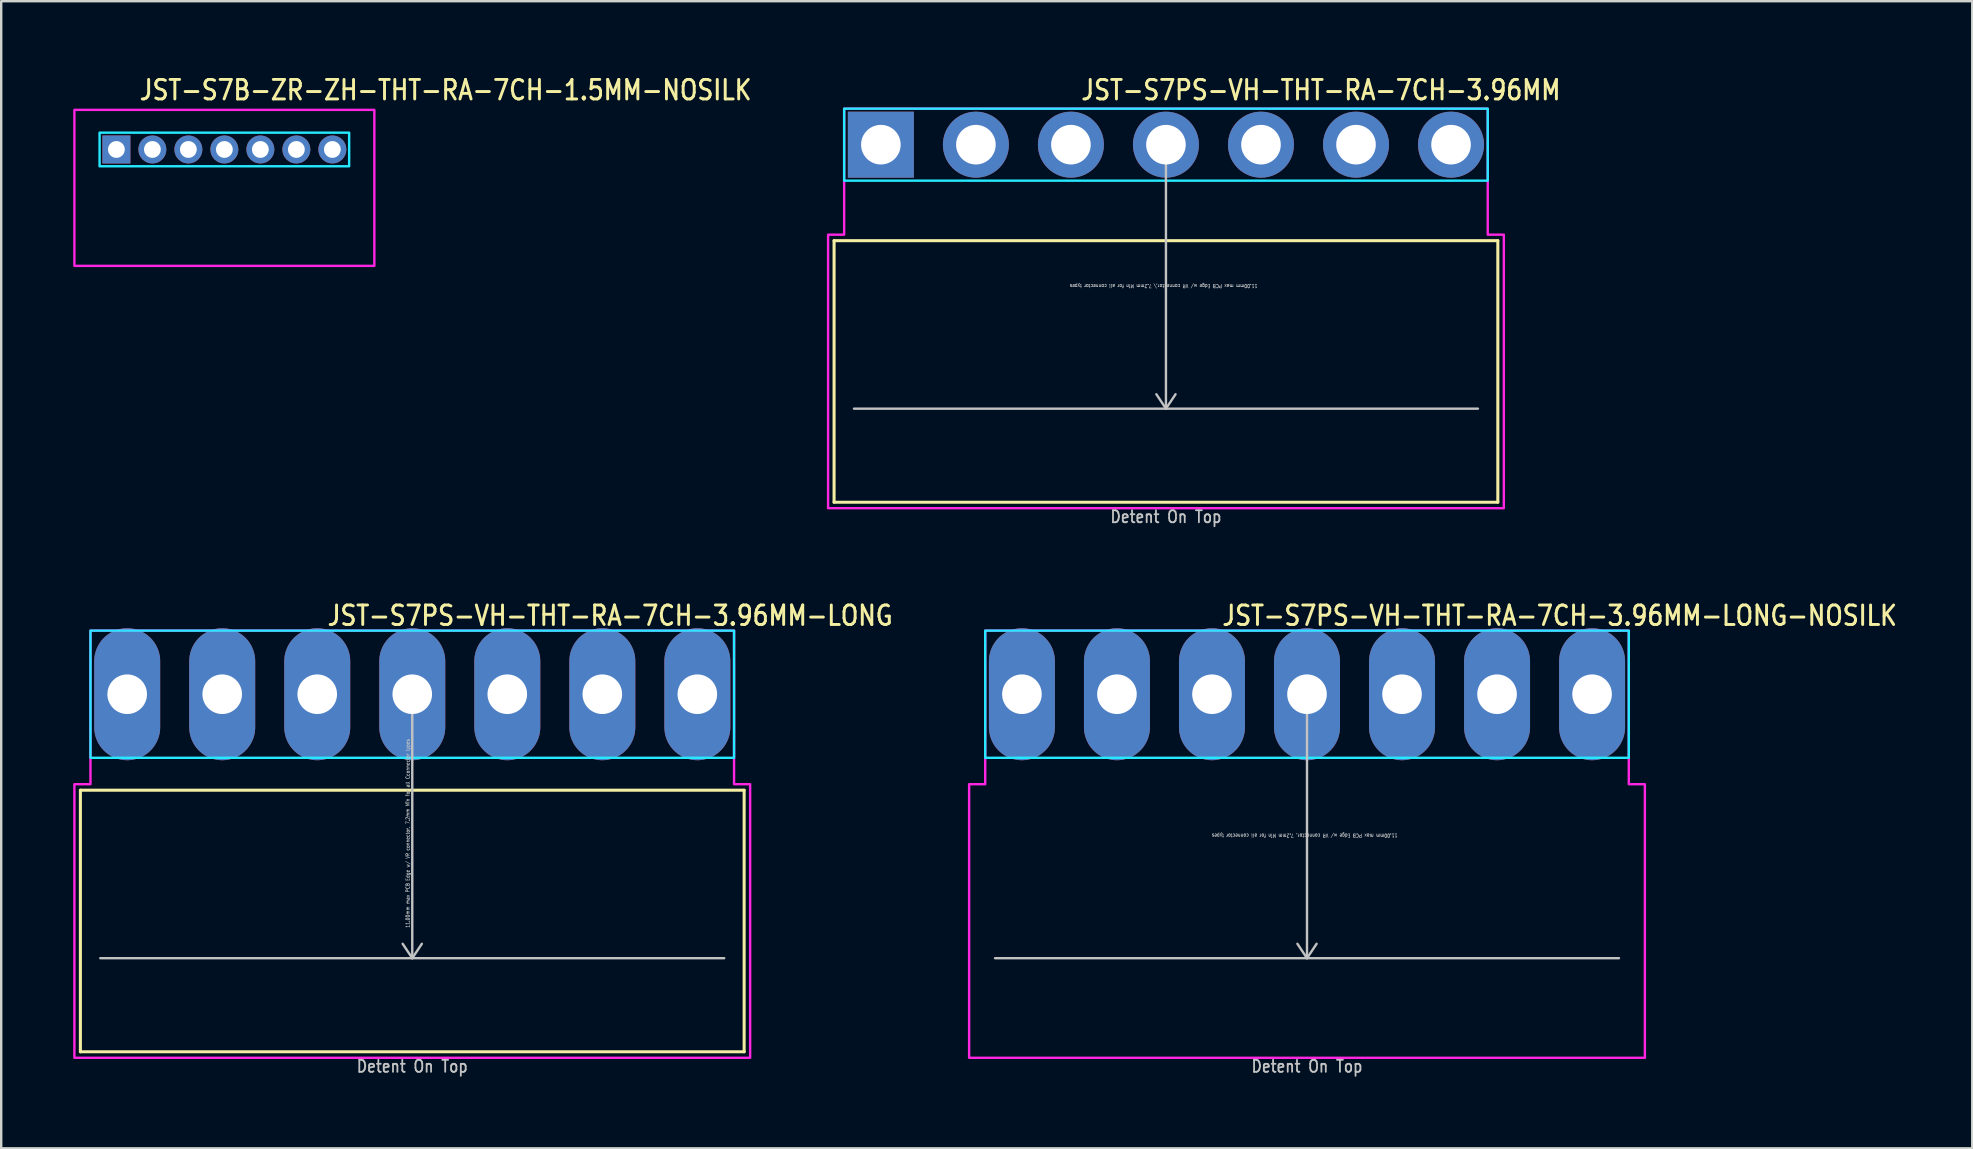
<source format=kicad_pcb>
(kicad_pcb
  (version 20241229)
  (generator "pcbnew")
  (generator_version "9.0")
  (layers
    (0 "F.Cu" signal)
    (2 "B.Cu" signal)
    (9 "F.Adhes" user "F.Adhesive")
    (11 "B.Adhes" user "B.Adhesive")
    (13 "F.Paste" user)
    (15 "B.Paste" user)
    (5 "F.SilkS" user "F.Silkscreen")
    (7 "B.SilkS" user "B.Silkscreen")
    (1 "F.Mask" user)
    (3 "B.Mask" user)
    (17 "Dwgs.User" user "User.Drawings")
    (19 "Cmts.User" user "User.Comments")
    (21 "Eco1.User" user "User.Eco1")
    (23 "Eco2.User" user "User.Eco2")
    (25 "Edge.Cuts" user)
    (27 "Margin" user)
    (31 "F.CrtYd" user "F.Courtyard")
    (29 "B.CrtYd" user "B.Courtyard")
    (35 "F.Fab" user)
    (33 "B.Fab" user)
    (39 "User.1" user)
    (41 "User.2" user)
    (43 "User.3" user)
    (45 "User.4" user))
  (footprint "JST-S7PS-VH-THT-RA-7CH-3.96MM"
    (layer "F.Cu")
    (at 45.538 2.979)
    (property "Reference" "JST-S7PS-VH-THT-RA-7CH-3.96MM" (at -3.6 -1.8 0) (unlocked yes) (layer "F.SilkS") (effects (font (size 0.813 0.695) (thickness 0.122)) (justify left bottom)))
    (fp_line (start -13.83 4) (end 13.83 4) (stroke (width 0.127) (type solid)) (layer "F.SilkS"))
    (fp_line (start -13.83 14.9) (end -13.83 4) (stroke (width 0.127) (type solid)) (layer "F.SilkS"))
    (fp_line (start -13.83 14.9) (end 13.83 14.9) (stroke (width 0.127) (type solid)) (layer "F.SilkS"))
    (fp_line (start 13.83 4) (end 13.83 14.9) (stroke (width 0.127) (type solid)) (layer "F.SilkS"))
    (fp_line (start -13 11) (end 13 11) (stroke (width 0.1) (type solid)) (layer "Dwgs.User"))
    (fp_line (start 0 0) (end -0.4 0.6) (stroke (width 0.1) (type solid)) (layer "Dwgs.User"))
    (fp_line (start 0 0) (end 0 11) (stroke (width 0.1) (type solid)) (layer "Dwgs.User"))
    (fp_line (start 0 0) (end 0.4 0.6) (stroke (width 0.1) (type solid)) (layer "Dwgs.User"))
    (fp_line (start 0 11) (end -0.4 10.4) (stroke (width 0.1) (type solid)) (layer "Dwgs.User"))
    (fp_line (start 0 11) (end 0.4 10.4) (stroke (width 0.1) (type solid)) (layer "Dwgs.User"))
    (fp_poly (pts (xy -13.41 -1.5) (xy -13.41 1.5) (xy 13.41 1.5) (xy 13.41 -1.5)) (stroke (width 0.1) (type solid)) (fill no) (layer "B.CrtYd"))
    (fp_poly (pts (xy -14.08 3.75) (xy -14.08 15.15) (xy 14.08 15.15) (xy 14.08 3.75) (xy 13.41 3.75) (xy 13.41 -1.5) (xy -13.41 -1.5) (xy -13.41 3.75)) (stroke (width 0.1) (type solid)) (fill no) (layer "F.CrtYd"))
    (fp_text user "Detent On Top" (at 0 15.8 0) (unlocked yes) (layer "Dwgs.User") (effects (font (size 0.5 0.427) (thickness 0.075)) (justify bottom)))
    (fp_text user "11.00mm max PCB Edge w/ VR connector,\\ 7.2mm Min for all connector types" (at -0.1 5.8 180) (unlocked yes) (layer "Dwgs.User") (effects (font (size 0.15 0.128) (thickness 0.022)) (justify bottom)))
    (pad "1" thru_hole rect (at -11.88 0) (size 2.75 2.75) (drill 1.65) (layers "*.Cu" "*.Mask"))
    (pad "2" thru_hole oval (at -7.92 0) (size 2.75 2.75) (drill 1.65) (layers "*.Cu" "*.Mask"))
    (pad "3" thru_hole oval (at -3.96 0) (size 2.75 2.75) (drill 1.65) (layers "*.Cu" "*.Mask"))
    (pad "4" thru_hole oval (at 0 0) (size 2.75 2.75) (drill 1.65) (layers "*.Cu" "*.Mask"))
    (pad "5" thru_hole oval (at 3.96 0) (size 2.75 2.75) (drill 1.65) (layers "*.Cu" "*.Mask"))
    (pad "6" thru_hole oval (at 7.92 0) (size 2.75 2.75) (drill 1.65) (layers "*.Cu" "*.Mask"))
    (pad "7" thru_hole oval (at 11.88 0) (size 2.75 2.75) (drill 1.65) (layers "*.Cu" "*.Mask")))
  (footprint "JST-S7B-ZR-ZH-THT-RA-7CH-1.5MM-NOSILK"
    (layer "F.Cu")
    (at 6.3 3.179)
    (property "Reference" "JST-S7B-ZR-ZH-THT-RA-7CH-1.5MM-NOSILK" (at -3.6 -2 0) (unlocked yes) (layer "F.SilkS") (effects (font (size 0.813 0.695) (thickness 0.122)) (justify left bottom)))
    (fp_poly (pts (xy -5.2 -0.7) (xy -5.2 0.7) (xy 5.2 0.7) (xy 5.2 -0.7)) (stroke (width 0.1) (type solid)) (fill no) (layer "B.CrtYd"))
    (fp_poly (pts (xy -6.25 -1.65) (xy -6.25 4.85) (xy 6.25 4.85) (xy 6.25 -1.65)) (stroke (width 0.1) (type solid)) (fill no) (layer "F.CrtYd"))
    (pad "1" thru_hole rect (at -4.5 0) (size 1.167 1.167) (drill 0.7) (layers "*.Cu" "*.Mask"))
    (pad "2" thru_hole oval (at -3 0) (size 1.167 1.167) (drill 0.7) (layers "*.Cu" "*.Mask"))
    (pad "3" thru_hole oval (at -1.5 0) (size 1.167 1.167) (drill 0.7) (layers "*.Cu" "*.Mask"))
    (pad "4" thru_hole oval (at 0 0) (size 1.167 1.167) (drill 0.7) (layers "*.Cu" "*.Mask"))
    (pad "5" thru_hole oval (at 1.5 0) (size 1.167 1.167) (drill 0.7) (layers "*.Cu" "*.Mask"))
    (pad "6" thru_hole oval (at 3 0) (size 1.167 1.167) (drill 0.7) (layers "*.Cu" "*.Mask"))
    (pad "7" thru_hole oval (at 4.5 0) (size 1.167 1.167) (drill 0.7) (layers "*.Cu" "*.Mask")))
  (footprint "JST-S7PS-VH-THT-RA-7CH-3.96MM-LONG"
    (layer "F.Cu")
    (at 14.13 25.88)
    (property "Reference" "JST-S7PS-VH-THT-RA-7CH-3.96MM-LONG" (at -3.6 -2.8 0) (unlocked yes) (layer "F.SilkS") (effects (font (size 0.813 0.695) (thickness 0.122)) (justify left bottom)))
    (fp_line (start -13.83 4) (end 13.83 4) (stroke (width 0.127) (type solid)) (layer "F.SilkS"))
    (fp_line (start -13.83 14.9) (end -13.83 4) (stroke (width 0.127) (type solid)) (layer "F.SilkS"))
    (fp_line (start -13.83 14.9) (end 13.83 14.9) (stroke (width 0.127) (type solid)) (layer "F.SilkS"))
    (fp_line (start 13.83 4) (end 13.83 14.9) (stroke (width 0.127) (type solid)) (layer "F.SilkS"))
    (fp_line (start -13 11) (end 13 11) (stroke (width 0.1) (type solid)) (layer "Dwgs.User"))
    (fp_line (start 0 0) (end -0.4 0.6) (stroke (width 0.1) (type solid)) (layer "Dwgs.User"))
    (fp_line (start 0 0) (end 0 11) (stroke (width 0.1) (type solid)) (layer "Dwgs.User"))
    (fp_line (start 0 0) (end 0.4 0.6) (stroke (width 0.1) (type solid)) (layer "Dwgs.User"))
    (fp_line (start 0 11) (end -0.4 10.4) (stroke (width 0.1) (type solid)) (layer "Dwgs.User"))
    (fp_line (start 0 11) (end 0.4 10.4) (stroke (width 0.1) (type solid)) (layer "Dwgs.User"))
    (fp_poly (pts (xy -13.41 -2.65) (xy -13.41 2.65) (xy 13.41 2.65) (xy 13.41 -2.65)) (stroke (width 0.1) (type solid)) (fill no) (layer "B.CrtYd"))
    (fp_poly (pts (xy -14.08 3.75) (xy -14.08 15.15) (xy 14.08 15.15) (xy 14.08 3.75) (xy 13.41 3.75) (xy 13.41 -2.65) (xy -13.41 -2.65) (xy -13.41 3.75)) (stroke (width 0.1) (type solid)) (fill no) (layer "F.CrtYd"))
    (fp_text user "11.00mm max PCB Edge w/ VR connector, 7.2mm Min for all Cconnector types" (at -0.1 5.8 90) (unlocked yes) (layer "Dwgs.User") (effects (font (size 0.15 0.128) (thickness 0.022)) (justify bottom)))
    (fp_text user "Detent On Top" (at 0 15.8 0) (unlocked yes) (layer "Dwgs.User") (effects (font (size 0.5 0.427) (thickness 0.075)) (justify bottom)))
    (pad "P$1" thru_hole oval (at -11.88 0 90) (size 5.5 2.75) (drill 1.65) (layers "*.Cu" "*.Mask"))
    (pad "P$2" thru_hole oval (at -7.92 0 90) (size 5.5 2.75) (drill 1.65) (layers "*.Cu" "*.Mask"))
    (pad "P$3" thru_hole oval (at -3.96 0 90) (size 5.5 2.75) (drill 1.65) (layers "*.Cu" "*.Mask"))
    (pad "P$4" thru_hole oval (at 0 0 90) (size 5.5 2.75) (drill 1.65) (layers "*.Cu" "*.Mask"))
    (pad "P$5" thru_hole oval (at 3.96 0 90) (size 5.5 2.75) (drill 1.65) (layers "*.Cu" "*.Mask"))
    (pad "P$6" thru_hole oval (at 7.92 0 90) (size 5.5 2.75) (drill 1.65) (layers "*.Cu" "*.Mask"))
    (pad "P$7" thru_hole oval (at 11.88 0 90) (size 5.5 2.75) (drill 1.65) (layers "*.Cu" "*.Mask")))
  (footprint "JST-S7PS-VH-THT-RA-7CH-3.96MM-LONG-NOSILK"
    (layer "F.Cu")
    (at 51.416 25.88)
    (property "Reference" "JST-S7PS-VH-THT-RA-7CH-3.96MM-LONG-NOSILK" (at -3.6 -2.8 0) (unlocked yes) (layer "F.SilkS") (effects (font (size 0.813 0.695) (thickness 0.122)) (justify left bottom)))
    (fp_line (start -13 11) (end 13 11) (stroke (width 0.1) (type solid)) (layer "Dwgs.User"))
    (fp_line (start 0 0) (end -0.4 0.6) (stroke (width 0.1) (type solid)) (layer "Dwgs.User"))
    (fp_line (start 0 0) (end 0 11) (stroke (width 0.1) (type solid)) (layer "Dwgs.User"))
    (fp_line (start 0 0) (end 0.4 0.6) (stroke (width 0.1) (type solid)) (layer "Dwgs.User"))
    (fp_line (start 0 11) (end -0.4 10.4) (stroke (width 0.1) (type solid)) (layer "Dwgs.User"))
    (fp_line (start 0 11) (end 0.4 10.4) (stroke (width 0.1) (type solid)) (layer "Dwgs.User"))
    (fp_poly (pts (xy -13.41 -2.65) (xy -13.41 2.65) (xy 13.41 2.65) (xy 13.41 -2.65)) (stroke (width 0.1) (type solid)) (fill no) (layer "B.CrtYd"))
    (fp_poly (pts (xy -14.08 3.75) (xy -14.08 15.15) (xy 14.08 15.15) (xy 14.08 3.75) (xy 13.41 3.75) (xy 13.41 -2.65) (xy -13.41 -2.65) (xy -13.41 3.75)) (stroke (width 0.1) (type solid)) (fill no) (layer "F.CrtYd"))
    (fp_text user "11.00mm max PCB Edge w/ VR connector, 7.2mm Min for all connector types" (at -0.1 5.8 180) (unlocked yes) (layer "Dwgs.User") (effects (font (size 0.15 0.128) (thickness 0.022)) (justify bottom)))
    (fp_text user "Detent On Top" (at 0 15.8 0) (unlocked yes) (layer "Dwgs.User") (effects (font (size 0.5 0.427) (thickness 0.075)) (justify bottom)))
    (pad "1" thru_hole oval (at -11.88 0 90) (size 5.5 2.75) (drill 1.65) (layers "*.Cu" "*.Mask"))
    (pad "2" thru_hole oval (at -7.92 0 90) (size 5.5 2.75) (drill 1.65) (layers "*.Cu" "*.Mask"))
    (pad "3" thru_hole oval (at -3.96 0 90) (size 5.5 2.75) (drill 1.65) (layers "*.Cu" "*.Mask"))
    (pad "4" thru_hole oval (at 0 0 90) (size 5.5 2.75) (drill 1.65) (layers "*.Cu" "*.Mask"))
    (pad "5" thru_hole oval (at 3.96 0 90) (size 5.5 2.75) (drill 1.65) (layers "*.Cu" "*.Mask"))
    (pad "6" thru_hole oval (at 7.92 0 90) (size 5.5 2.75) (drill 1.65) (layers "*.Cu" "*.Mask"))
    (pad "7" thru_hole oval (at 11.88 0 90) (size 5.5 2.75) (drill 1.65) (layers "*.Cu" "*.Mask")))
  (gr_rect
    (start -3 -3)
    (end 79.138 44.804)
    (stroke (width 0.1) (type default))
    (fill no)
    (layer "Edge.Cuts")))
</source>
